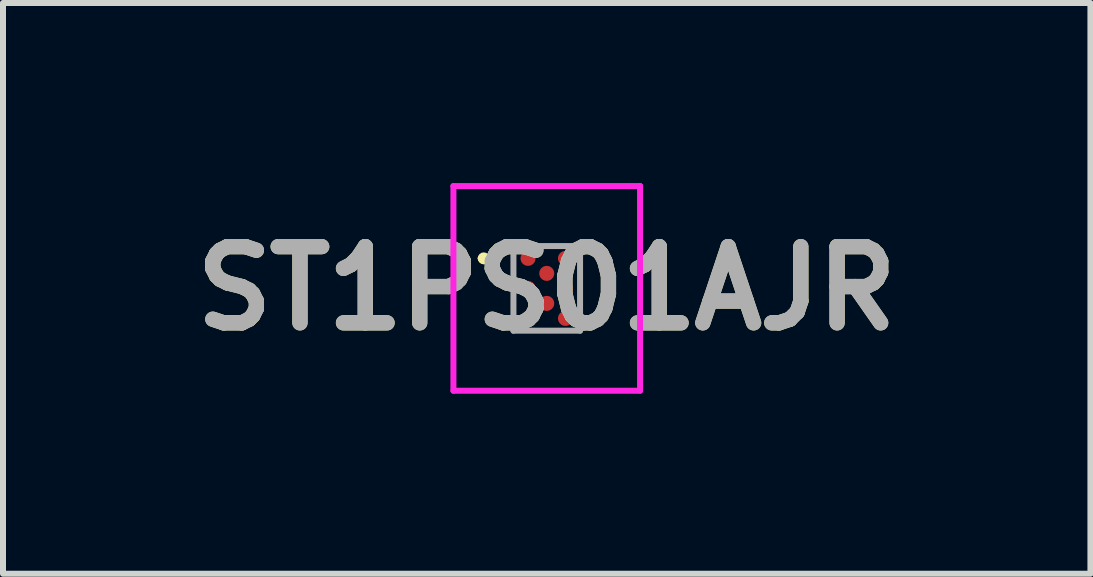
<source format=kicad_pcb>
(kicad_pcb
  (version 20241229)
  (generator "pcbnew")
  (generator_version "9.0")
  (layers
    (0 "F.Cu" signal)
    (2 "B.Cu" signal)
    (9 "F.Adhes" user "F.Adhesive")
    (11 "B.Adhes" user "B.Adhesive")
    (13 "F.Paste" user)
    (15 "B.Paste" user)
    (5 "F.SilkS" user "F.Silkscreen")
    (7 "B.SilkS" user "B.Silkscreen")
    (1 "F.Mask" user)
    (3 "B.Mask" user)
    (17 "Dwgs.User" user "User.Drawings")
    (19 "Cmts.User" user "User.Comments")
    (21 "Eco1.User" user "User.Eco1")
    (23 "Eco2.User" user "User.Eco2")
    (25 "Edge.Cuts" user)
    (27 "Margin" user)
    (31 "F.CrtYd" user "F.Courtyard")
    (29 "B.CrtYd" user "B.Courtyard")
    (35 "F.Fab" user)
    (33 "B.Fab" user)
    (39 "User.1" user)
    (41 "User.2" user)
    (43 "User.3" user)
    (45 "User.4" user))
  (footprint "ST1PS01AJR"
    (layer "F.Cu")
    (at 6.06 1.755)
    (property "Reference" "ST1PS01AJR" (at 0 0 0) (layer "F.SilkS") (effects (font (size 1.27 1.27) (thickness 0.254))))
    (attr smd)
    (fp_line (start -1.1 -0.5) (end -1.1 -0.5) (stroke (width 0.1) (type solid)) (layer "F.SilkS"))
    (fp_line (start -1 -0.5) (end -1 -0.5) (stroke (width 0.1) (type solid)) (layer "F.SilkS"))
    (fp_arc (start -1.1 -0.5) (mid -1.05 -0.55) (end -1 -0.5) (stroke (width 0.1) (type solid)) (layer "F.SilkS"))
    (fp_arc (start -1 -0.5) (mid -1.05 -0.45) (end -1.1 -0.5) (stroke (width 0.1) (type solid)) (layer "F.SilkS"))
    (fp_line (start -1.555 -1.705) (end 1.555 -1.705) (stroke (width 0.1) (type solid)) (layer "F.CrtYd"))
    (fp_line (start -1.555 1.705) (end -1.555 -1.705) (stroke (width 0.1) (type solid)) (layer "F.CrtYd"))
    (fp_line (start 1.555 -1.705) (end 1.555 1.705) (stroke (width 0.1) (type solid)) (layer "F.CrtYd"))
    (fp_line (start 1.555 1.705) (end -1.555 1.705) (stroke (width 0.1) (type solid)) (layer "F.CrtYd"))
    (fp_line (start -0.555 -0.705) (end 0.555 -0.705) (stroke (width 0.1) (type solid)) (layer "F.Fab"))
    (fp_line (start -0.555 0.705) (end -0.555 -0.705) (stroke (width 0.1) (type solid)) (layer "F.Fab"))
    (fp_line (start 0.555 -0.705) (end 0.555 0.705) (stroke (width 0.1) (type solid)) (layer "F.Fab"))
    (fp_line (start 0.555 0.705) (end -0.555 0.705) (stroke (width 0.1) (type solid)) (layer "F.Fab"))
    (fp_text user "${REFERENCE}" (at 0 0 0) (layer "F.Fab") (effects (font (size 1.27 1.27) (thickness 0.254))))
    (pad "A1" smd circle (at -0.312 -0.5 90) (size 0.25 0.25) (layers "F.Cu" "F.Mask" "F.Paste"))
    (pad "A3" smd circle (at 0.312 -0.5 90) (size 0.25 0.25) (layers "F.Cu" "F.Mask" "F.Paste"))
    (pad "B2" smd circle (at 0 -0.25 90) (size 0.25 0.25) (layers "F.Cu" "F.Mask" "F.Paste"))
    (pad "C1" smd circle (at -0.312 0 90) (size 0.25 0.25) (layers "F.Cu" "F.Mask" "F.Paste"))
    (pad "C3" smd circle (at 0.312 0 90) (size 0.25 0.25) (layers "F.Cu" "F.Mask" "F.Paste"))
    (pad "D2" smd circle (at 0 0.25 90) (size 0.25 0.25) (layers "F.Cu" "F.Mask" "F.Paste"))
    (pad "E1" smd circle (at -0.312 0.5 90) (size 0.25 0.25) (layers "F.Cu" "F.Mask" "F.Paste"))
    (pad "E3" smd circle (at 0.312 0.5 90) (size 0.25 0.25) (layers "F.Cu" "F.Mask" "F.Paste")))
  (gr_rect
    (start -3 -3)
    (end 15.119 6.51)
    (stroke (width 0.1) (type default))
    (fill no)
    (layer "Edge.Cuts")))
</source>
